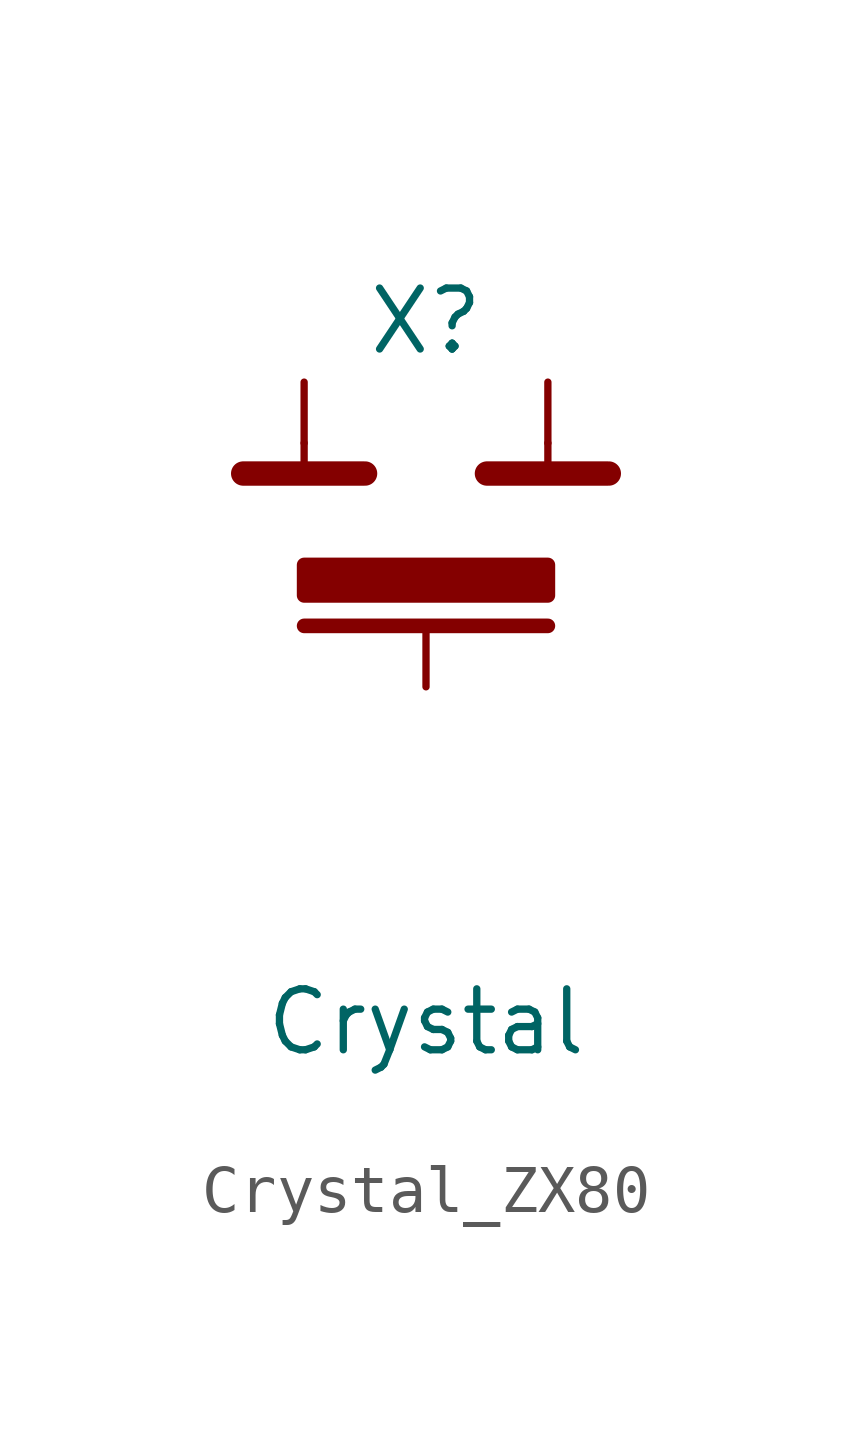
<source format=kicad_sym>
(kicad_symbol_lib
  (version 20220914)
  (generator kicad_symbol_editor)
  (symbol "Crystal_ZX80"
    (pin_numbers hide)
    (pin_names
      (offset 1.016) hide)
    (property "Reference" "X"
      (at 0 5.08 0)
      (effects (font (size 1.27 1.27))))
    (property "Value" "Crystal"
      (at 0 -9.525 0)
      (effects (font (size 1.27 1.27))))
    (symbol "Crystal_ZX80_0_1"
      (polyline (pts (xy -3.81 1.905) (xy -1.27 1.905)) (stroke (width 0.508) (type default)) (fill (type none)))
      (polyline (pts (xy -2.54 2.54) (xy -2.54 1.905)) (stroke (width 0) (type default)) (fill (type none)))
      (polyline (pts (xy 1.27 1.905) (xy 3.81 1.905)) (stroke (width 0.508) (type default)) (fill (type none)))
      (polyline (pts (xy 2.54 1.905) (xy 2.54 2.54)) (stroke (width 0) (type default)) (fill (type none))))
    (symbol "Crystal_ZX80_1_1"
      (rectangle (start -2.54 -1.27) (end 2.54 -1.27) (stroke (width 0.305) (type default)) (fill (type outline)))
      (rectangle (start -2.54 0) (end 2.54 -0.635) (stroke (width 0.305) (type default)) (fill (type outline)))
      (pin passive line (at -2.54 3.81 270) (length 1.27) (name "1" (effects (font (size 1.27 1.27)))) (number "1" (effects (font (size 1.27 1.27)))))
      (pin passive line (at 0 -2.54 90) (length 1.27) (name "2" (effects (font (size 1.27 1.27)))) (number "2" (effects (font (size 1.27 1.27)))))
      (pin passive line (at 2.54 3.81 270) (length 1.27) (name "3" (effects (font (size 1.27 1.27)))) (number "3" (effects (font (size 1.27 1.27))))))))
</source>
